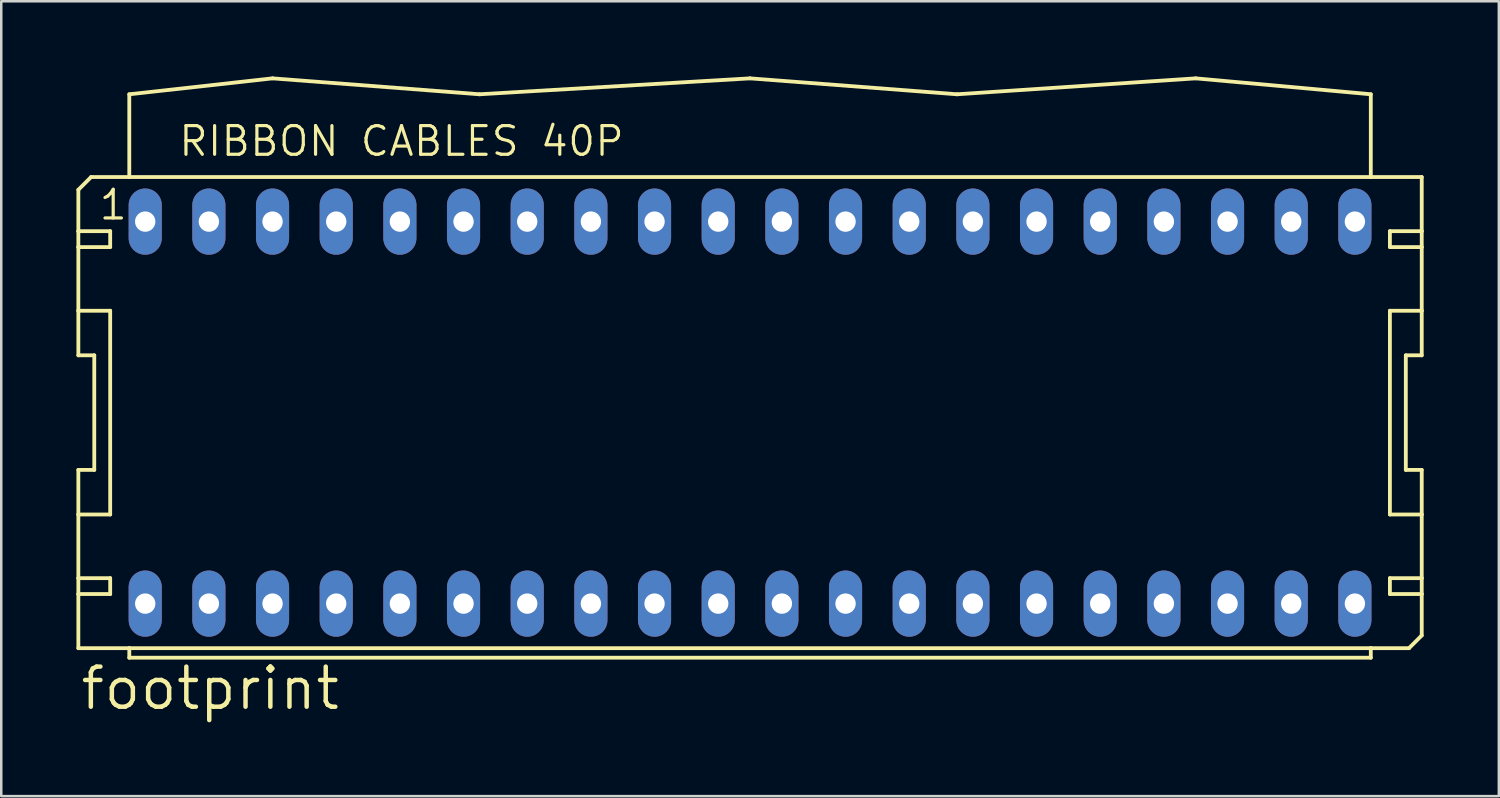
<source format=kicad_pcb>
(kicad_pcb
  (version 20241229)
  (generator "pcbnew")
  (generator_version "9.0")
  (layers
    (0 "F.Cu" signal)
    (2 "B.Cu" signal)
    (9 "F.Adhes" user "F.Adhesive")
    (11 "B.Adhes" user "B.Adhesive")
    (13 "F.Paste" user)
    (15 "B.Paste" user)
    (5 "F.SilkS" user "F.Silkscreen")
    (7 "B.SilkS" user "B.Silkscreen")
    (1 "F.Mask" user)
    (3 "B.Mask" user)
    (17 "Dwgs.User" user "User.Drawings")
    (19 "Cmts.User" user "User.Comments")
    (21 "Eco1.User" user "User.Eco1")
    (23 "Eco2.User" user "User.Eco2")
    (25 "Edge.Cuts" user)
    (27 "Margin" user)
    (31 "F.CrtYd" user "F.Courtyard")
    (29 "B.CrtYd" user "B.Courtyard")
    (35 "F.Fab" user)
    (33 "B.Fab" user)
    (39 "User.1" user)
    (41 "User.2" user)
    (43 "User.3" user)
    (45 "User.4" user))
  (footprint "footprint"
    (layer "F.Cu")
    (at 26.873 13.411)
    (property "Reference" "footprint" (at -26.797 11.938 0) (layer "F.SilkS") (effects (font (size 1.6 1.6) (thickness 0.178)) (justify left bottom)))
    (fp_line (start -26.797 -8.89) (end -26.797 -7.239) (stroke (width 0.152) (type solid)) (layer "F.SilkS"))
    (fp_line (start -26.797 -7.239) (end -25.527 -7.239) (stroke (width 0.152) (type solid)) (layer "F.SilkS"))
    (fp_line (start -26.797 -6.604) (end -26.797 -7.239) (stroke (width 0.152) (type solid)) (layer "F.SilkS"))
    (fp_line (start -26.797 -6.604) (end -26.797 -4.064) (stroke (width 0.152) (type solid)) (layer "F.SilkS"))
    (fp_line (start -26.797 -6.604) (end -25.527 -6.604) (stroke (width 0.152) (type solid)) (layer "F.SilkS"))
    (fp_line (start -26.797 -4.064) (end -26.797 -2.286) (stroke (width 0.152) (type solid)) (layer "F.SilkS"))
    (fp_line (start -26.797 -4.064) (end -25.527 -4.064) (stroke (width 0.152) (type solid)) (layer "F.SilkS"))
    (fp_line (start -26.797 -2.286) (end -26.162 -2.286) (stroke (width 0.152) (type solid)) (layer "F.SilkS"))
    (fp_line (start -26.797 2.286) (end -26.797 4.064) (stroke (width 0.152) (type solid)) (layer "F.SilkS"))
    (fp_line (start -26.797 4.064) (end -26.797 6.604) (stroke (width 0.152) (type solid)) (layer "F.SilkS"))
    (fp_line (start -26.797 6.604) (end -26.797 7.239) (stroke (width 0.152) (type solid)) (layer "F.SilkS"))
    (fp_line (start -26.797 6.604) (end -25.527 6.604) (stroke (width 0.152) (type solid)) (layer "F.SilkS"))
    (fp_line (start -26.797 7.239) (end -26.797 9.398) (stroke (width 0.152) (type solid)) (layer "F.SilkS"))
    (fp_line (start -26.289 -9.398) (end -26.797 -8.89) (stroke (width 0.152) (type solid)) (layer "F.SilkS"))
    (fp_line (start -26.289 -9.398) (end -24.765 -9.398) (stroke (width 0.152) (type solid)) (layer "F.SilkS"))
    (fp_line (start -26.162 2.286) (end -26.797 2.286) (stroke (width 0.152) (type solid)) (layer "F.SilkS"))
    (fp_line (start -26.162 2.286) (end -26.162 -2.286) (stroke (width 0.152) (type solid)) (layer "F.SilkS"))
    (fp_line (start -25.527 -6.604) (end -25.527 -7.239) (stroke (width 0.152) (type solid)) (layer "F.SilkS"))
    (fp_line (start -25.527 4.064) (end -26.797 4.064) (stroke (width 0.152) (type solid)) (layer "F.SilkS"))
    (fp_line (start -25.527 4.064) (end -25.527 -4.064) (stroke (width 0.152) (type solid)) (layer "F.SilkS"))
    (fp_line (start -25.527 7.239) (end -26.797 7.239) (stroke (width 0.152) (type solid)) (layer "F.SilkS"))
    (fp_line (start -25.527 7.239) (end -25.527 6.604) (stroke (width 0.152) (type solid)) (layer "F.SilkS"))
    (fp_line (start -24.765 -12.7) (end -24.765 -9.398) (stroke (width 0.152) (type solid)) (layer "F.SilkS"))
    (fp_line (start -24.765 -12.7) (end -19.05 -13.335) (stroke (width 0.152) (type solid)) (layer "F.SilkS"))
    (fp_line (start -24.765 -9.398) (end 24.765 -9.398) (stroke (width 0.152) (type solid)) (layer "F.SilkS"))
    (fp_line (start -24.765 9.398) (end -26.797 9.398) (stroke (width 0.152) (type solid)) (layer "F.SilkS"))
    (fp_line (start -24.765 9.779) (end -24.765 9.398) (stroke (width 0.152) (type solid)) (layer "F.SilkS"))
    (fp_line (start -24.765 9.779) (end 24.765 9.779) (stroke (width 0.152) (type solid)) (layer "F.SilkS"))
    (fp_line (start -19.05 -13.335) (end -10.795 -12.7) (stroke (width 0.152) (type solid)) (layer "F.SilkS"))
    (fp_line (start 0 -13.335) (end -10.795 -12.7) (stroke (width 0.152) (type solid)) (layer "F.SilkS"))
    (fp_line (start 8.255 -12.7) (end 0 -13.335) (stroke (width 0.152) (type solid)) (layer "F.SilkS"))
    (fp_line (start 17.78 -13.335) (end 8.255 -12.7) (stroke (width 0.152) (type solid)) (layer "F.SilkS"))
    (fp_line (start 17.78 -13.335) (end 24.765 -12.7) (stroke (width 0.152) (type solid)) (layer "F.SilkS"))
    (fp_line (start 24.765 -9.398) (end 24.765 -12.7) (stroke (width 0.152) (type solid)) (layer "F.SilkS"))
    (fp_line (start 24.765 -9.398) (end 26.797 -9.398) (stroke (width 0.152) (type solid)) (layer "F.SilkS"))
    (fp_line (start 24.765 9.398) (end -24.765 9.398) (stroke (width 0.152) (type solid)) (layer "F.SilkS"))
    (fp_line (start 24.765 9.779) (end 24.765 9.398) (stroke (width 0.152) (type solid)) (layer "F.SilkS"))
    (fp_line (start 25.527 -7.239) (end 25.527 -6.604) (stroke (width 0.152) (type solid)) (layer "F.SilkS"))
    (fp_line (start 25.527 -7.239) (end 26.797 -7.239) (stroke (width 0.152) (type solid)) (layer "F.SilkS"))
    (fp_line (start 25.527 -4.064) (end 25.527 4.064) (stroke (width 0.152) (type solid)) (layer "F.SilkS"))
    (fp_line (start 25.527 -4.064) (end 26.797 -4.064) (stroke (width 0.152) (type solid)) (layer "F.SilkS"))
    (fp_line (start 25.527 6.604) (end 25.527 7.239) (stroke (width 0.152) (type solid)) (layer "F.SilkS"))
    (fp_line (start 25.527 6.604) (end 26.797 6.604) (stroke (width 0.152) (type solid)) (layer "F.SilkS"))
    (fp_line (start 26.162 -2.286) (end 26.162 2.286) (stroke (width 0.152) (type solid)) (layer "F.SilkS"))
    (fp_line (start 26.162 -2.286) (end 26.797 -2.286) (stroke (width 0.152) (type solid)) (layer "F.SilkS"))
    (fp_line (start 26.289 9.398) (end 24.765 9.398) (stroke (width 0.152) (type solid)) (layer "F.SilkS"))
    (fp_line (start 26.797 -9.398) (end 26.797 -7.239) (stroke (width 0.152) (type solid)) (layer "F.SilkS"))
    (fp_line (start 26.797 -7.239) (end 26.797 -6.604) (stroke (width 0.152) (type solid)) (layer "F.SilkS"))
    (fp_line (start 26.797 -6.604) (end 25.527 -6.604) (stroke (width 0.152) (type solid)) (layer "F.SilkS"))
    (fp_line (start 26.797 -6.604) (end 26.797 -4.064) (stroke (width 0.152) (type solid)) (layer "F.SilkS"))
    (fp_line (start 26.797 -4.064) (end 26.797 -2.286) (stroke (width 0.152) (type solid)) (layer "F.SilkS"))
    (fp_line (start 26.797 2.286) (end 26.162 2.286) (stroke (width 0.152) (type solid)) (layer "F.SilkS"))
    (fp_line (start 26.797 2.286) (end 26.797 4.064) (stroke (width 0.152) (type solid)) (layer "F.SilkS"))
    (fp_line (start 26.797 4.064) (end 25.527 4.064) (stroke (width 0.152) (type solid)) (layer "F.SilkS"))
    (fp_line (start 26.797 4.064) (end 26.797 6.604) (stroke (width 0.152) (type solid)) (layer "F.SilkS"))
    (fp_line (start 26.797 6.604) (end 26.797 7.239) (stroke (width 0.152) (type solid)) (layer "F.SilkS"))
    (fp_line (start 26.797 7.239) (end 25.527 7.239) (stroke (width 0.152) (type solid)) (layer "F.SilkS"))
    (fp_line (start 26.797 7.239) (end 26.797 8.89) (stroke (width 0.152) (type solid)) (layer "F.SilkS"))
    (fp_line (start 26.797 8.89) (end 26.289 9.398) (stroke (width 0.152) (type solid)) (layer "F.SilkS"))
    (fp_text user "RIBBON CABLES 40P" (at -22.86 -10.16 0) (layer "F.SilkS") (effects (font (size 1.143 1.143) (thickness 0.127)) (justify left bottom)))
    (fp_text user "1" (at -26.035 -7.62 0) (layer "F.SilkS") (effects (font (size 1.143 1.143) (thickness 0.127)) (justify left bottom)))
    (pad "1" thru_hole oval (at -24.13 -7.62 90) (size 2.642 1.321) (drill 0.813) (layers "*.Cu" "*.Mask"))
    (pad "2" thru_hole oval (at -24.13 7.62 90) (size 2.642 1.321) (drill 0.813) (layers "*.Cu" "*.Mask"))
    (pad "3" thru_hole oval (at -21.59 -7.62 90) (size 2.642 1.321) (drill 0.813) (layers "*.Cu" "*.Mask"))
    (pad "4" thru_hole oval (at -21.59 7.62 90) (size 2.642 1.321) (drill 0.813) (layers "*.Cu" "*.Mask"))
    (pad "5" thru_hole oval (at -19.05 -7.62 90) (size 2.642 1.321) (drill 0.813) (layers "*.Cu" "*.Mask"))
    (pad "6" thru_hole oval (at -19.05 7.62 90) (size 2.642 1.321) (drill 0.813) (layers "*.Cu" "*.Mask"))
    (pad "7" thru_hole oval (at -16.51 -7.62 90) (size 2.642 1.321) (drill 0.813) (layers "*.Cu" "*.Mask"))
    (pad "8" thru_hole oval (at -16.51 7.62 90) (size 2.642 1.321) (drill 0.813) (layers "*.Cu" "*.Mask"))
    (pad "9" thru_hole oval (at -13.97 -7.62 90) (size 2.642 1.321) (drill 0.813) (layers "*.Cu" "*.Mask"))
    (pad "10" thru_hole oval (at -13.97 7.62 90) (size 2.642 1.321) (drill 0.813) (layers "*.Cu" "*.Mask"))
    (pad "11" thru_hole oval (at -11.43 -7.62 90) (size 2.642 1.321) (drill 0.813) (layers "*.Cu" "*.Mask"))
    (pad "12" thru_hole oval (at -11.43 7.62 90) (size 2.642 1.321) (drill 0.813) (layers "*.Cu" "*.Mask"))
    (pad "13" thru_hole oval (at -8.89 -7.62 90) (size 2.642 1.321) (drill 0.813) (layers "*.Cu" "*.Mask"))
    (pad "14" thru_hole oval (at -8.89 7.62 90) (size 2.642 1.321) (drill 0.813) (layers "*.Cu" "*.Mask"))
    (pad "15" thru_hole oval (at -6.35 -7.62 90) (size 2.642 1.321) (drill 0.813) (layers "*.Cu" "*.Mask"))
    (pad "16" thru_hole oval (at -6.35 7.62 90) (size 2.642 1.321) (drill 0.813) (layers "*.Cu" "*.Mask"))
    (pad "17" thru_hole oval (at -3.81 -7.62 90) (size 2.642 1.321) (drill 0.813) (layers "*.Cu" "*.Mask"))
    (pad "18" thru_hole oval (at -3.81 7.62 90) (size 2.642 1.321) (drill 0.813) (layers "*.Cu" "*.Mask"))
    (pad "19" thru_hole oval (at -1.27 -7.62 90) (size 2.642 1.321) (drill 0.813) (layers "*.Cu" "*.Mask"))
    (pad "20" thru_hole oval (at -1.27 7.62 90) (size 2.642 1.321) (drill 0.813) (layers "*.Cu" "*.Mask"))
    (pad "21" thru_hole oval (at 1.27 -7.62 90) (size 2.642 1.321) (drill 0.813) (layers "*.Cu" "*.Mask"))
    (pad "22" thru_hole oval (at 1.27 7.62 90) (size 2.642 1.321) (drill 0.813) (layers "*.Cu" "*.Mask"))
    (pad "23" thru_hole oval (at 3.81 -7.62 90) (size 2.642 1.321) (drill 0.813) (layers "*.Cu" "*.Mask"))
    (pad "24" thru_hole oval (at 3.81 7.62 90) (size 2.642 1.321) (drill 0.813) (layers "*.Cu" "*.Mask"))
    (pad "25" thru_hole oval (at 6.35 -7.62 90) (size 2.642 1.321) (drill 0.813) (layers "*.Cu" "*.Mask"))
    (pad "26" thru_hole oval (at 6.35 7.62 90) (size 2.642 1.321) (drill 0.813) (layers "*.Cu" "*.Mask"))
    (pad "27" thru_hole oval (at 8.89 -7.62 90) (size 2.642 1.321) (drill 0.813) (layers "*.Cu" "*.Mask"))
    (pad "28" thru_hole oval (at 8.89 7.62 90) (size 2.642 1.321) (drill 0.813) (layers "*.Cu" "*.Mask"))
    (pad "29" thru_hole oval (at 11.43 -7.62 90) (size 2.642 1.321) (drill 0.813) (layers "*.Cu" "*.Mask"))
    (pad "30" thru_hole oval (at 11.43 7.62 90) (size 2.642 1.321) (drill 0.813) (layers "*.Cu" "*.Mask"))
    (pad "31" thru_hole oval (at 13.97 -7.62 90) (size 2.642 1.321) (drill 0.813) (layers "*.Cu" "*.Mask"))
    (pad "32" thru_hole oval (at 13.97 7.62 90) (size 2.642 1.321) (drill 0.813) (layers "*.Cu" "*.Mask"))
    (pad "33" thru_hole oval (at 16.51 -7.62 90) (size 2.642 1.321) (drill 0.813) (layers "*.Cu" "*.Mask"))
    (pad "34" thru_hole oval (at 16.51 7.62 90) (size 2.642 1.321) (drill 0.813) (layers "*.Cu" "*.Mask"))
    (pad "35" thru_hole oval (at 19.05 -7.62 90) (size 2.642 1.321) (drill 0.813) (layers "*.Cu" "*.Mask"))
    (pad "36" thru_hole oval (at 19.05 7.62 90) (size 2.642 1.321) (drill 0.813) (layers "*.Cu" "*.Mask"))
    (pad "37" thru_hole oval (at 21.59 -7.62 90) (size 2.642 1.321) (drill 0.813) (layers "*.Cu" "*.Mask"))
    (pad "38" thru_hole oval (at 21.59 7.62 90) (size 2.642 1.321) (drill 0.813) (layers "*.Cu" "*.Mask"))
    (pad "39" thru_hole oval (at 24.13 -7.62 90) (size 2.642 1.321) (drill 0.813) (layers "*.Cu" "*.Mask"))
    (pad "40" thru_hole oval (at 24.13 7.62 90) (size 2.642 1.321) (drill 0.813) (layers "*.Cu" "*.Mask")))
  (gr_rect
    (start -3 -3)
    (end 56.746 28.712)
    (stroke (width 0.1) (type default))
    (fill no)
    (layer "Edge.Cuts")))
</source>
